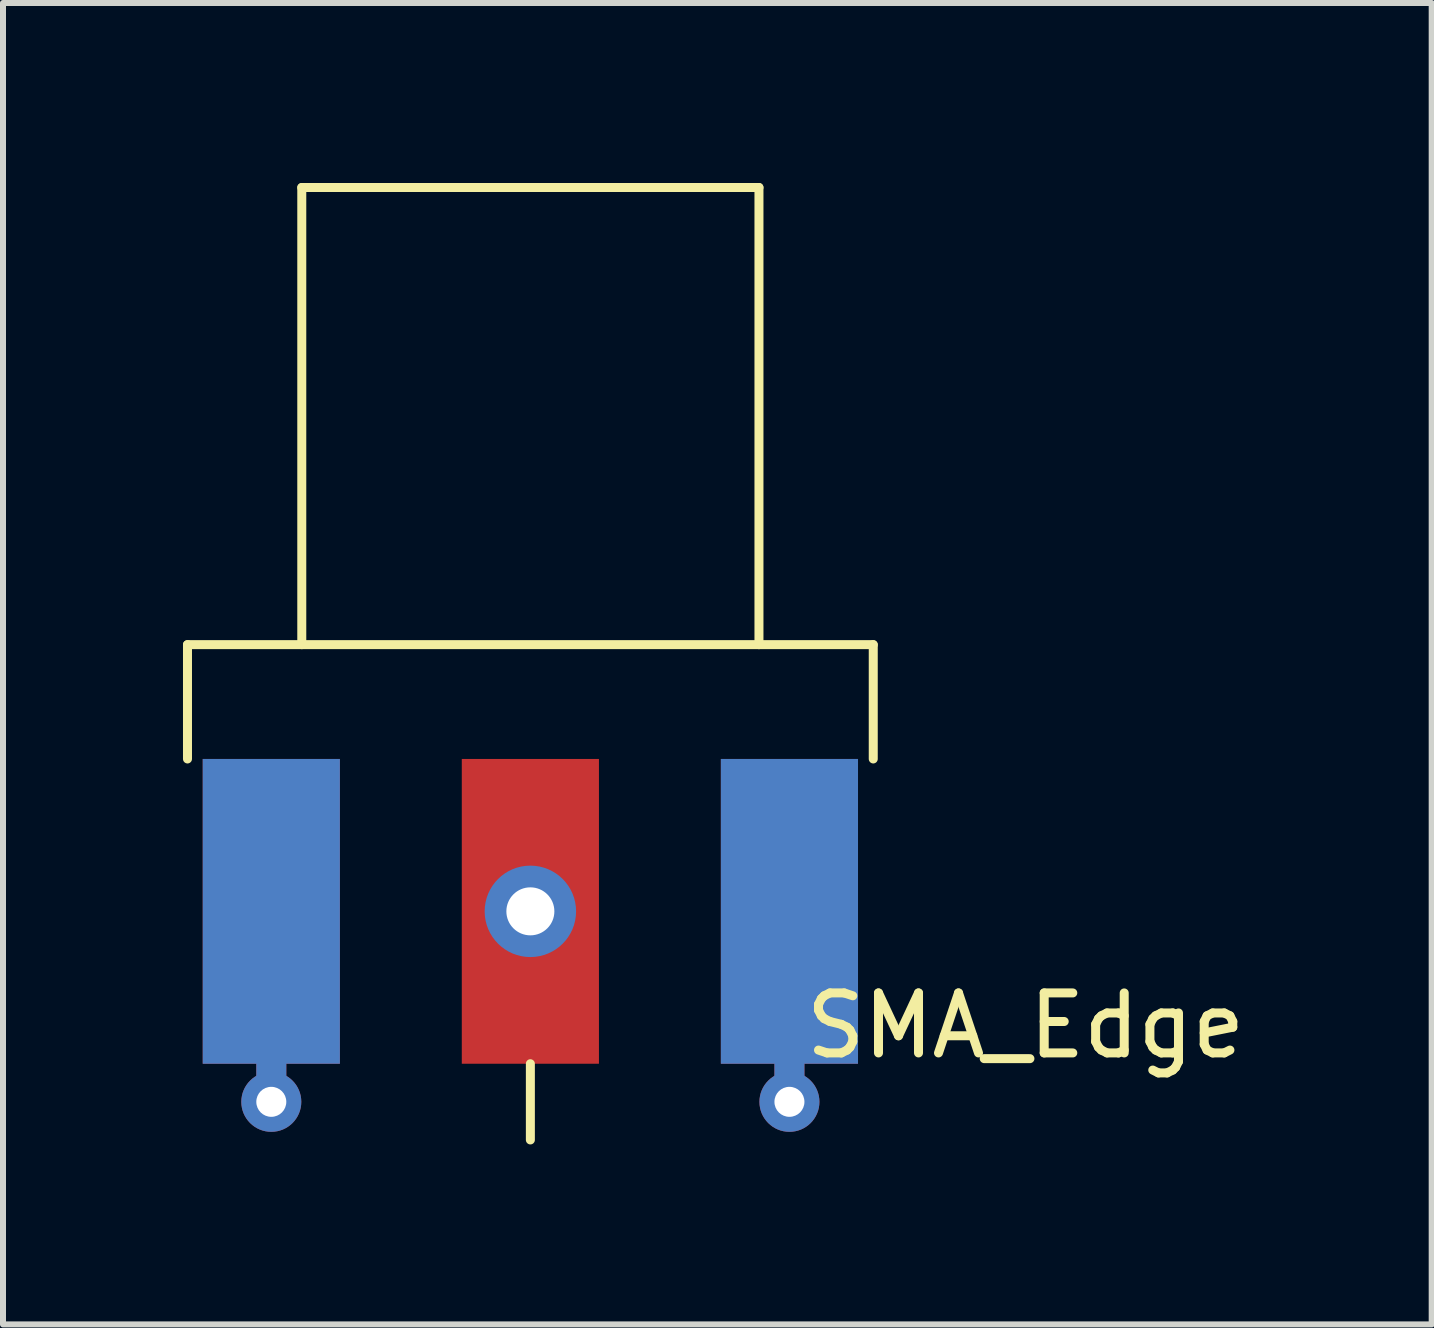
<source format=kicad_pcb>
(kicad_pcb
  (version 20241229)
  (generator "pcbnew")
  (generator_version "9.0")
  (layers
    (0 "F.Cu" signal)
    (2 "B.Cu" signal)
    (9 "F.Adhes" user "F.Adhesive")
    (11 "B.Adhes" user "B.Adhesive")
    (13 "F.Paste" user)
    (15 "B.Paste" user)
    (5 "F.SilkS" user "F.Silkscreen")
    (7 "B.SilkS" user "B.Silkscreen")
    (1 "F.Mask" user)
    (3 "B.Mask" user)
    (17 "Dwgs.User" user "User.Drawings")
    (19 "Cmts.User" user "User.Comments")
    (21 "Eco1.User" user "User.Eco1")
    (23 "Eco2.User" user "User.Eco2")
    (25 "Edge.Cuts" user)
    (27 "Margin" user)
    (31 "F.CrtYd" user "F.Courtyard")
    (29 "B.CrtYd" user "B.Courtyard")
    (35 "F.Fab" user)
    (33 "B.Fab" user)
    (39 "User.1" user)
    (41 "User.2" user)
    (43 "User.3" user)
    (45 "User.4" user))
  (footprint "SMA_Edge"
    (layer "F.Cu")
    (at 5.79 9.6)
    (property "Reference" "SMA_Edge" (at 8.255 4.445 0) (layer "F.SilkS") (effects (font (size 1 1) (thickness 0.15))))
    (attr through_hole)
    (fp_line (start -4.318 5.715) (end -4.318 4.445) (stroke (width 0.5) (type solid)) (layer "F.Cu"))
    (fp_line (start 4.318 5.715) (end 4.318 4.445) (stroke (width 0.5) (type solid)) (layer "F.Cu"))
    (fp_line (start -4.318 5.715) (end -4.318 4.445) (stroke (width 0.5) (type solid)) (layer "B.Cu"))
    (fp_line (start 4.318 5.715) (end 4.318 4.445) (stroke (width 0.5) (type solid)) (layer "B.Cu"))
    (fp_line (start -5.715 -1.905) (end 5.715 -1.905) (stroke (width 0.15) (type solid)) (layer "F.SilkS"))
    (fp_line (start -5.715 0) (end -5.715 -1.905) (stroke (width 0.15) (type solid)) (layer "F.SilkS"))
    (fp_line (start -3.81 -9.525) (end 3.81 -9.525) (stroke (width 0.15) (type solid)) (layer "F.SilkS"))
    (fp_line (start -3.81 -1.905) (end -3.81 -9.525) (stroke (width 0.15) (type solid)) (layer "F.SilkS"))
    (fp_line (start 0 5.08) (end 0 6.35) (stroke (width 0.15) (type solid)) (layer "F.SilkS"))
    (fp_line (start 3.81 -9.525) (end 3.81 -1.905) (stroke (width 0.15) (type solid)) (layer "F.SilkS"))
    (fp_line (start 5.715 -1.905) (end 5.715 0) (stroke (width 0.15) (type solid)) (layer "F.SilkS"))
    (pad "1" thru_hole circle (at 0 2.54) (size 1.524 1.524) (drill 0.8) (layers "*.Cu" "*.Mask"))
    (pad "1" smd rect (at 0 2.54) (size 2.286 5.08) (layers "F.Cu" "F.Mask"))
    (pad "2" smd rect (at -4.318 2.54) (size 2.286 5.08) (layers "F.Cu" "F.Mask"))
    (pad "2" smd rect (at -4.318 2.54) (size 2.286 5.08) (layers "B.Cu" "B.Mask"))
    (pad "2" smd rect (at 4.318 2.54) (size 2.286 5.08) (layers "F.Cu" "F.Mask"))
    (pad "2" smd rect (at 4.318 2.54) (size 2.286 5.08) (layers "B.Cu" "B.Mask"))
    (pad "3" thru_hole circle (at -4.318 5.715) (size 1 1) (drill 0.5) (layers "*.Cu" "*.Mask"))
    (pad "3" thru_hole circle (at 4.318 5.715) (size 1 1) (drill 0.5) (layers "*.Cu" "*.Mask")))
  (gr_rect
    (start -3 -3)
    (end 20.813 19.025)
    (stroke (width 0.1) (type default))
    (fill no)
    (layer "Edge.Cuts")))
</source>
